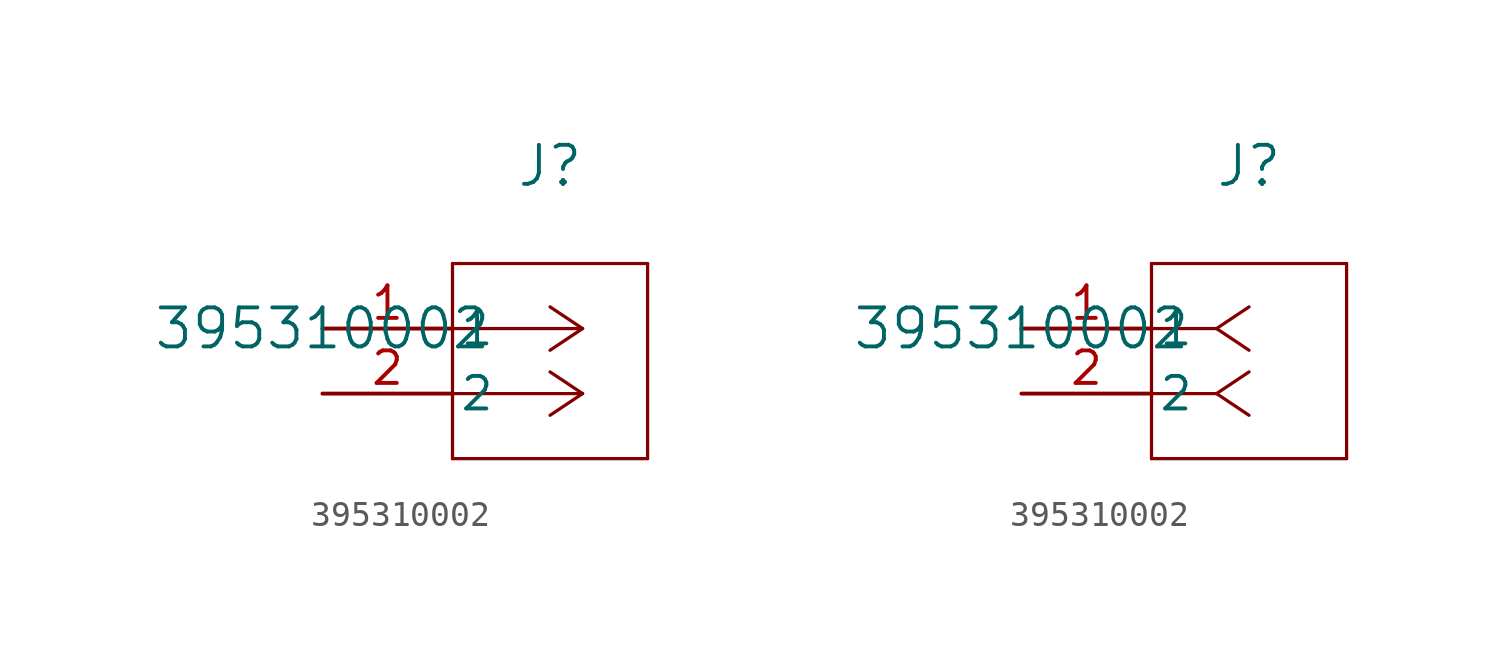
<source format=kicad_sym>
(kicad_symbol_lib
  (version 20211014)
  (generator kicad_symbol_editor)
  (symbol "395310002"
    (pin_names
      (offset 0.254))
    (property "Reference" "J"
      (at 8.89 6.35 0)
      (effects (font (size 1.524 1.524))))
    (property "Value" "395310002"
      (at 0 0 0)
      (effects (font (size 1.524 1.524))))
    (symbol "395310002_1_1"
      (polyline (pts (xy 10.16 0) (xy 5.08 0)) (stroke (width 0.127) (type default) (color 0 0 0 0)) (fill (type none)))
      (polyline (pts (xy 10.16 -2.54) (xy 5.08 -2.54)) (stroke (width 0.127) (type default) (color 0 0 0 0)) (fill (type none)))
      (polyline (pts (xy 10.16 0) (xy 8.89 0.847)) (stroke (width 0.127) (type default) (color 0 0 0 0)) (fill (type none)))
      (polyline (pts (xy 10.16 -2.54) (xy 8.89 -1.693)) (stroke (width 0.127) (type default) (color 0 0 0 0)) (fill (type none)))
      (polyline (pts (xy 10.16 0) (xy 8.89 -0.847)) (stroke (width 0.127) (type default) (color 0 0 0 0)) (fill (type none)))
      (polyline (pts (xy 10.16 -2.54) (xy 8.89 -3.387)) (stroke (width 0.127) (type default) (color 0 0 0 0)) (fill (type none)))
      (polyline (pts (xy 5.08 2.54) (xy 5.08 -5.08)) (stroke (width 0.127) (type default) (color 0 0 0 0)) (fill (type none)))
      (polyline (pts (xy 5.08 -5.08) (xy 12.7 -5.08)) (stroke (width 0.127) (type default) (color 0 0 0 0)) (fill (type none)))
      (polyline (pts (xy 12.7 -5.08) (xy 12.7 2.54)) (stroke (width 0.127) (type default) (color 0 0 0 0)) (fill (type none)))
      (polyline (pts (xy 12.7 2.54) (xy 5.08 2.54)) (stroke (width 0.127) (type default) (color 0 0 0 0)) (fill (type none)))
      (pin unspecified line (at 0 0 0) (length 5.08) (name "1" (effects (font (size 1.27 1.27)))) (number "1" (effects (font (size 1.27 1.27)))))
      (pin unspecified line (at 0 -2.54 0) (length 5.08) (name "2" (effects (font (size 1.27 1.27)))) (number "2" (effects (font (size 1.27 1.27))))))
    (symbol "395310002_1_2"
      (polyline (pts (xy 7.62 0) (xy 5.08 0)) (stroke (width 0.127) (type default) (color 0 0 0 0)) (fill (type none)))
      (polyline (pts (xy 7.62 -2.54) (xy 5.08 -2.54)) (stroke (width 0.127) (type default) (color 0 0 0 0)) (fill (type none)))
      (polyline (pts (xy 7.62 0) (xy 8.89 0.847)) (stroke (width 0.127) (type default) (color 0 0 0 0)) (fill (type none)))
      (polyline (pts (xy 7.62 -2.54) (xy 8.89 -1.693)) (stroke (width 0.127) (type default) (color 0 0 0 0)) (fill (type none)))
      (polyline (pts (xy 7.62 0) (xy 8.89 -0.847)) (stroke (width 0.127) (type default) (color 0 0 0 0)) (fill (type none)))
      (polyline (pts (xy 7.62 -2.54) (xy 8.89 -3.387)) (stroke (width 0.127) (type default) (color 0 0 0 0)) (fill (type none)))
      (polyline (pts (xy 5.08 2.54) (xy 5.08 -5.08)) (stroke (width 0.127) (type default) (color 0 0 0 0)) (fill (type none)))
      (polyline (pts (xy 5.08 -5.08) (xy 12.7 -5.08)) (stroke (width 0.127) (type default) (color 0 0 0 0)) (fill (type none)))
      (polyline (pts (xy 12.7 -5.08) (xy 12.7 2.54)) (stroke (width 0.127) (type default) (color 0 0 0 0)) (fill (type none)))
      (polyline (pts (xy 12.7 2.54) (xy 5.08 2.54)) (stroke (width 0.127) (type default) (color 0 0 0 0)) (fill (type none)))
      (pin unspecified line (at 0 0 0) (length 5.08) (name "1" (effects (font (size 1.27 1.27)))) (number "1" (effects (font (size 1.27 1.27)))))
      (pin unspecified line (at 0 -2.54 0) (length 5.08) (name "2" (effects (font (size 1.27 1.27)))) (number "2" (effects (font (size 1.27 1.27))))))))
</source>
